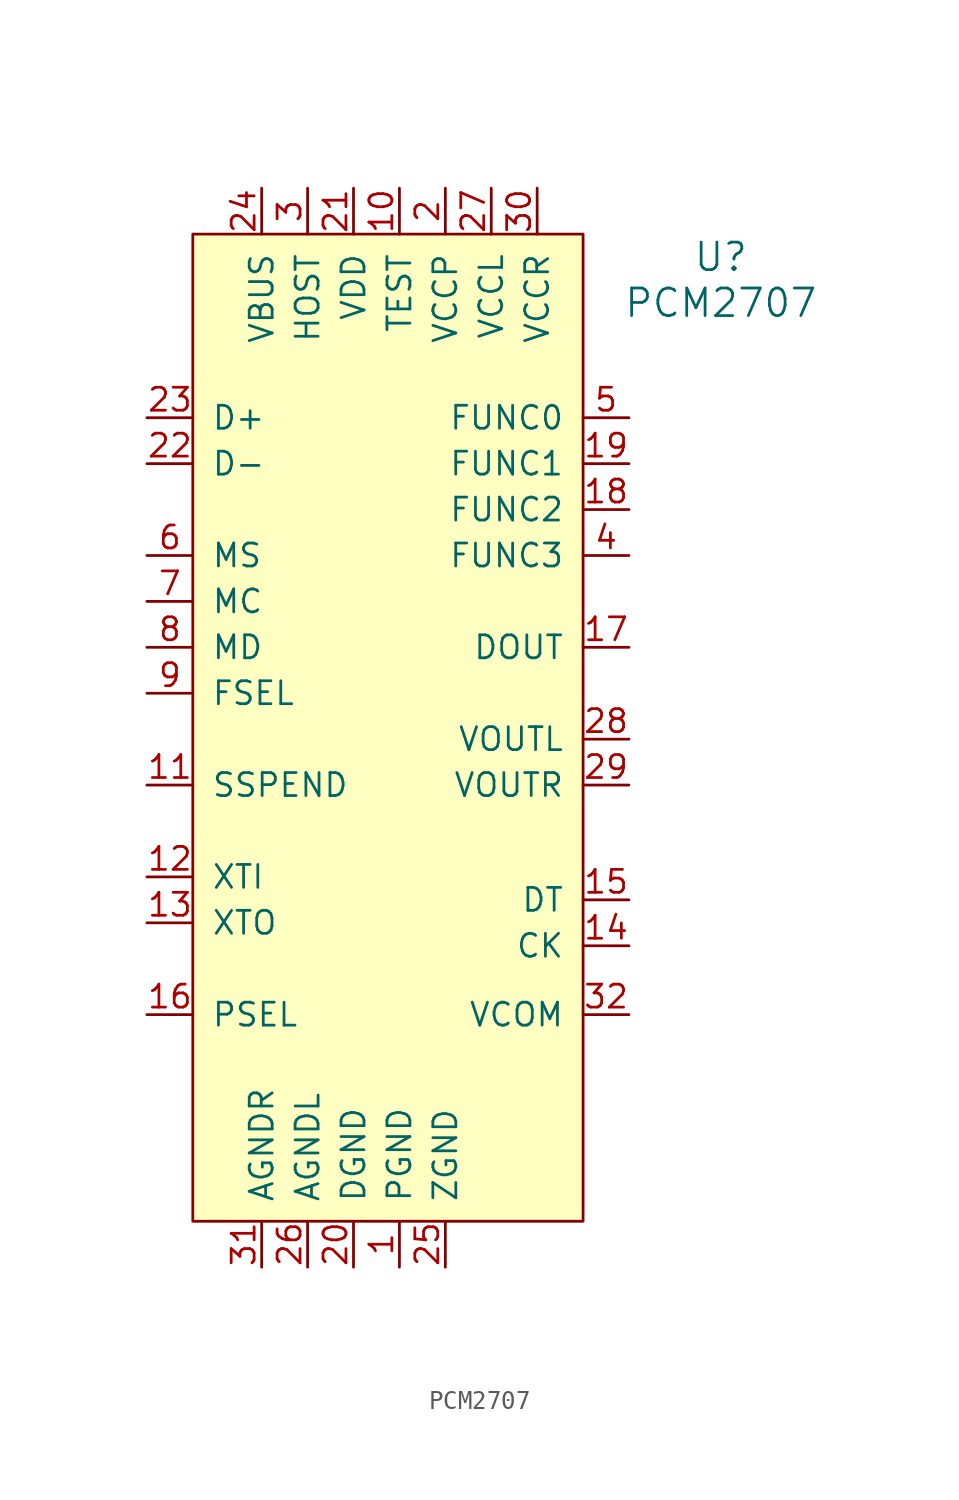
<source format=kicad_sym>
(kicad_symbol_lib
  (version 20211014)
  (generator kicad_symbol_editor)
  (symbol "PCM2707"
    (pin_names
      (offset 1.016))
    (property "Reference" "U"
      (at 20.32 6.35 0)
      (effects (font (size 1.524 1.524))))
    (property "Value" "PCM2707"
      (at 20.32 3.81 0)
      (effects (font (size 1.524 1.524))))
    (symbol "PCM2707_0_1"
      (rectangle (start -8.89 7.62) (end 12.7 -46.99) (stroke (width 0) (type default) (color 0 0 0 0)) (fill (type background))))
    (symbol "PCM2707_1_1"
      (pin passive line (at 2.54 -49.53 90) (length 2.54) (name "PGND" (effects (font (size 1.27 1.27)))) (number "1" (effects (font (size 1.27 1.27)))))
      (pin input line (at 2.54 10.16 270) (length 2.54) (name "TEST" (effects (font (size 1.27 1.27)))) (number "10" (effects (font (size 1.27 1.27)))))
      (pin output line (at -11.43 -22.86 0) (length 2.54) (name "SSPEND" (effects (font (size 1.27 1.27)))) (number "11" (effects (font (size 1.27 1.27)))))
      (pin input line (at -11.43 -27.94 0) (length 2.54) (name "XTI" (effects (font (size 1.27 1.27)))) (number "12" (effects (font (size 1.27 1.27)))))
      (pin output line (at -11.43 -30.48 0) (length 2.54) (name "XTO" (effects (font (size 1.27 1.27)))) (number "13" (effects (font (size 1.27 1.27)))))
      (pin output line (at 15.24 -31.75 180) (length 2.54) (name "CK" (effects (font (size 1.27 1.27)))) (number "14" (effects (font (size 1.27 1.27)))))
      (pin bidirectional line (at 15.24 -29.21 180) (length 2.54) (name "DT" (effects (font (size 1.27 1.27)))) (number "15" (effects (font (size 1.27 1.27)))))
      (pin input line (at -11.43 -35.56 0) (length 2.54) (name "PSEL" (effects (font (size 1.27 1.27)))) (number "16" (effects (font (size 1.27 1.27)))))
      (pin output line (at 15.24 -15.24 180) (length 2.54) (name "DOUT" (effects (font (size 1.27 1.27)))) (number "17" (effects (font (size 1.27 1.27)))))
      (pin bidirectional line (at 15.24 -7.62 180) (length 2.54) (name "FUNC2" (effects (font (size 1.27 1.27)))) (number "18" (effects (font (size 1.27 1.27)))))
      (pin bidirectional line (at 15.24 -5.08 180) (length 2.54) (name "FUNC1" (effects (font (size 1.27 1.27)))) (number "19" (effects (font (size 1.27 1.27)))))
      (pin passive line (at 5.08 10.16 270) (length 2.54) (name "VCCP" (effects (font (size 1.27 1.27)))) (number "2" (effects (font (size 1.27 1.27)))))
      (pin passive line (at 0 -49.53 90) (length 2.54) (name "DGND" (effects (font (size 1.27 1.27)))) (number "20" (effects (font (size 1.27 1.27)))))
      (pin passive line (at 0 10.16 270) (length 2.54) (name "VDD" (effects (font (size 1.27 1.27)))) (number "21" (effects (font (size 1.27 1.27)))))
      (pin bidirectional line (at -11.43 -5.08 0) (length 2.54) (name "D-" (effects (font (size 1.27 1.27)))) (number "22" (effects (font (size 1.27 1.27)))))
      (pin bidirectional line (at -11.43 -2.54 0) (length 2.54) (name "D+" (effects (font (size 1.27 1.27)))) (number "23" (effects (font (size 1.27 1.27)))))
      (pin passive line (at -5.08 10.16 270) (length 2.54) (name "VBUS" (effects (font (size 1.27 1.27)))) (number "24" (effects (font (size 1.27 1.27)))))
      (pin passive line (at 5.08 -49.53 90) (length 2.54) (name "ZGND" (effects (font (size 1.27 1.27)))) (number "25" (effects (font (size 1.27 1.27)))))
      (pin passive line (at -2.54 -49.53 90) (length 2.54) (name "AGNDL" (effects (font (size 1.27 1.27)))) (number "26" (effects (font (size 1.27 1.27)))))
      (pin passive line (at 7.62 10.16 270) (length 2.54) (name "VCCL" (effects (font (size 1.27 1.27)))) (number "27" (effects (font (size 1.27 1.27)))))
      (pin output line (at 15.24 -20.32 180) (length 2.54) (name "VOUTL" (effects (font (size 1.27 1.27)))) (number "28" (effects (font (size 1.27 1.27)))))
      (pin output line (at 15.24 -22.86 180) (length 2.54) (name "VOUTR" (effects (font (size 1.27 1.27)))) (number "29" (effects (font (size 1.27 1.27)))))
      (pin input line (at -2.54 10.16 270) (length 2.54) (name "HOST" (effects (font (size 1.27 1.27)))) (number "3" (effects (font (size 1.27 1.27)))))
      (pin passive line (at 10.16 10.16 270) (length 2.54) (name "VCCR" (effects (font (size 1.27 1.27)))) (number "30" (effects (font (size 1.27 1.27)))))
      (pin passive line (at -5.08 -49.53 90) (length 2.54) (name "AGNDR" (effects (font (size 1.27 1.27)))) (number "31" (effects (font (size 1.27 1.27)))))
      (pin passive line (at 15.24 -35.56 180) (length 2.54) (name "VCOM" (effects (font (size 1.27 1.27)))) (number "32" (effects (font (size 1.27 1.27)))))
      (pin bidirectional line (at 15.24 -10.16 180) (length 2.54) (name "FUNC3" (effects (font (size 1.27 1.27)))) (number "4" (effects (font (size 1.27 1.27)))))
      (pin bidirectional line (at 15.24 -2.54 180) (length 2.54) (name "FUNC0" (effects (font (size 1.27 1.27)))) (number "5" (effects (font (size 1.27 1.27)))))
      (pin input line (at -11.43 -10.16 0) (length 2.54) (name "MS" (effects (font (size 1.27 1.27)))) (number "6" (effects (font (size 1.27 1.27)))))
      (pin input line (at -11.43 -12.7 0) (length 2.54) (name "MC" (effects (font (size 1.27 1.27)))) (number "7" (effects (font (size 1.27 1.27)))))
      (pin input line (at -11.43 -15.24 0) (length 2.54) (name "MD" (effects (font (size 1.27 1.27)))) (number "8" (effects (font (size 1.27 1.27)))))
      (pin input line (at -11.43 -17.78 0) (length 2.54) (name "FSEL" (effects (font (size 1.27 1.27)))) (number "9" (effects (font (size 1.27 1.27))))))))
</source>
